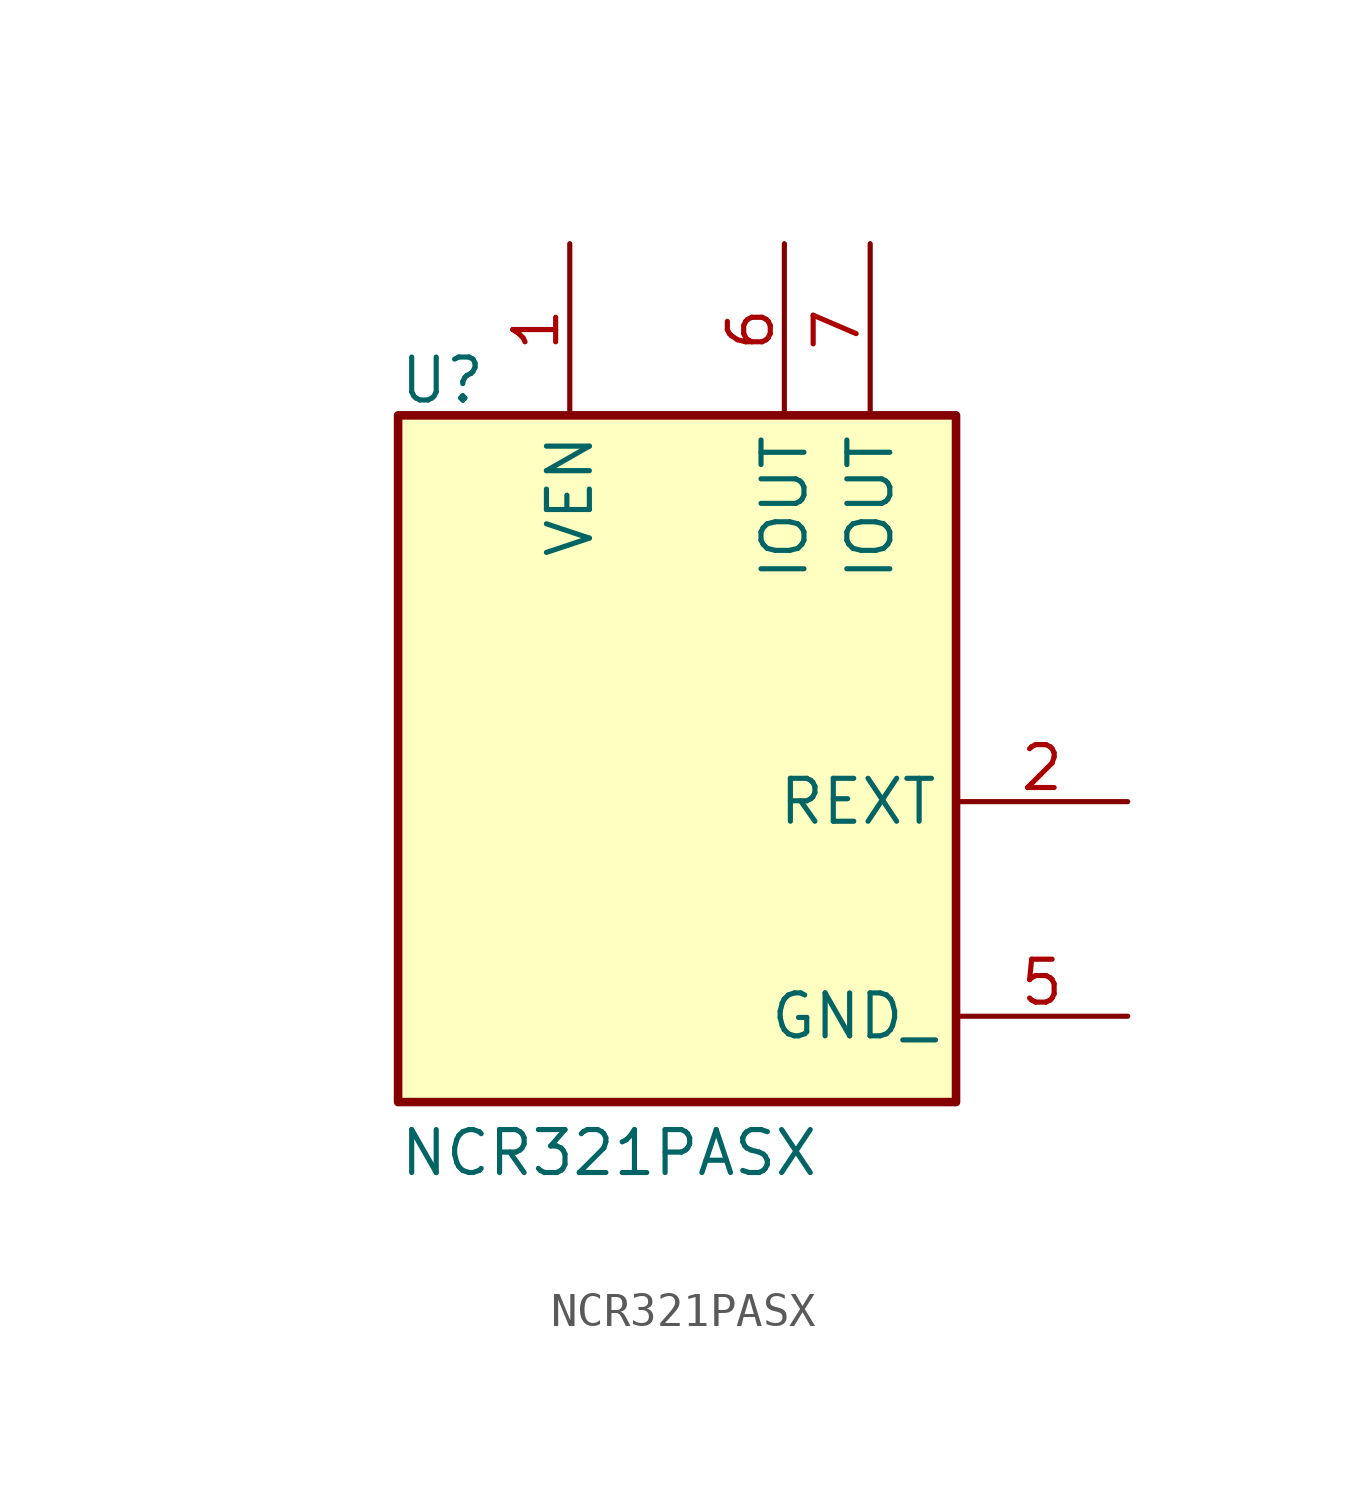
<source format=kicad_sym>
(kicad_symbol_lib
  (version 20241209)
  (generator "kicad_symbol_editor")
  (generator_version "9.0")
  (symbol "NCR321PASX"
    (property "Reference" "U"
      (at -7.62 11.938 0)
      (effects (font (size 1.27 1.27)) (justify left top)))
    (property "Value" "NCR321PASX"
      (at -7.62 -10.922 0)
      (effects (font (size 1.27 1.27)) (justify left top)))
    (symbol "NCR321PASX_1_1"
      (rectangle (start -7.62 10.16) (end 8.89 -10.16) (stroke (width 0.254) (type default)) (fill (type background)))
      (pin no_connect line (at -12.7 -2.54 0) (length 5.08) (hide yes) (name "N/C_1" (effects (font (size 1.27 1.27)))) (number "3" (effects (font (size 1.27 1.27)))))
      (pin no_connect line (at -12.7 -5.08 0) (length 5.08) (hide yes) (name "N/C_2" (effects (font (size 1.27 1.27)))) (number "4" (effects (font (size 1.27 1.27)))))
      (pin no_connect line (at -12.7 -7.62 0) (length 5.08) (hide yes) (name "N/C_3" (effects (font (size 1.27 1.27)))) (number "8" (effects (font (size 1.27 1.27)))))
      (pin passive line (at -2.54 15.24 270) (length 5.08) (name "VEN" (effects (font (size 1.27 1.27)))) (number "1" (effects (font (size 1.27 1.27)))))
      (pin passive line (at 3.81 15.24 270) (length 5.08) (name "IOUT" (effects (font (size 1.27 1.27)))) (number "6" (effects (font (size 1.27 1.27)))))
      (pin passive line (at 6.35 15.24 270) (length 5.08) (name "IOUT" (effects (font (size 1.27 1.27)))) (number "7" (effects (font (size 1.27 1.27)))))
      (pin passive line (at 13.97 -1.27 180) (length 5.08) (name "REXT" (effects (font (size 1.27 1.27)))) (number "2" (effects (font (size 1.27 1.27)))))
      (pin passive line (at 13.97 -7.62 180) (length 5.08) (name "GND_" (effects (font (size 1.27 1.27)))) (number "5" (effects (font (size 1.27 1.27))))))))
</source>
